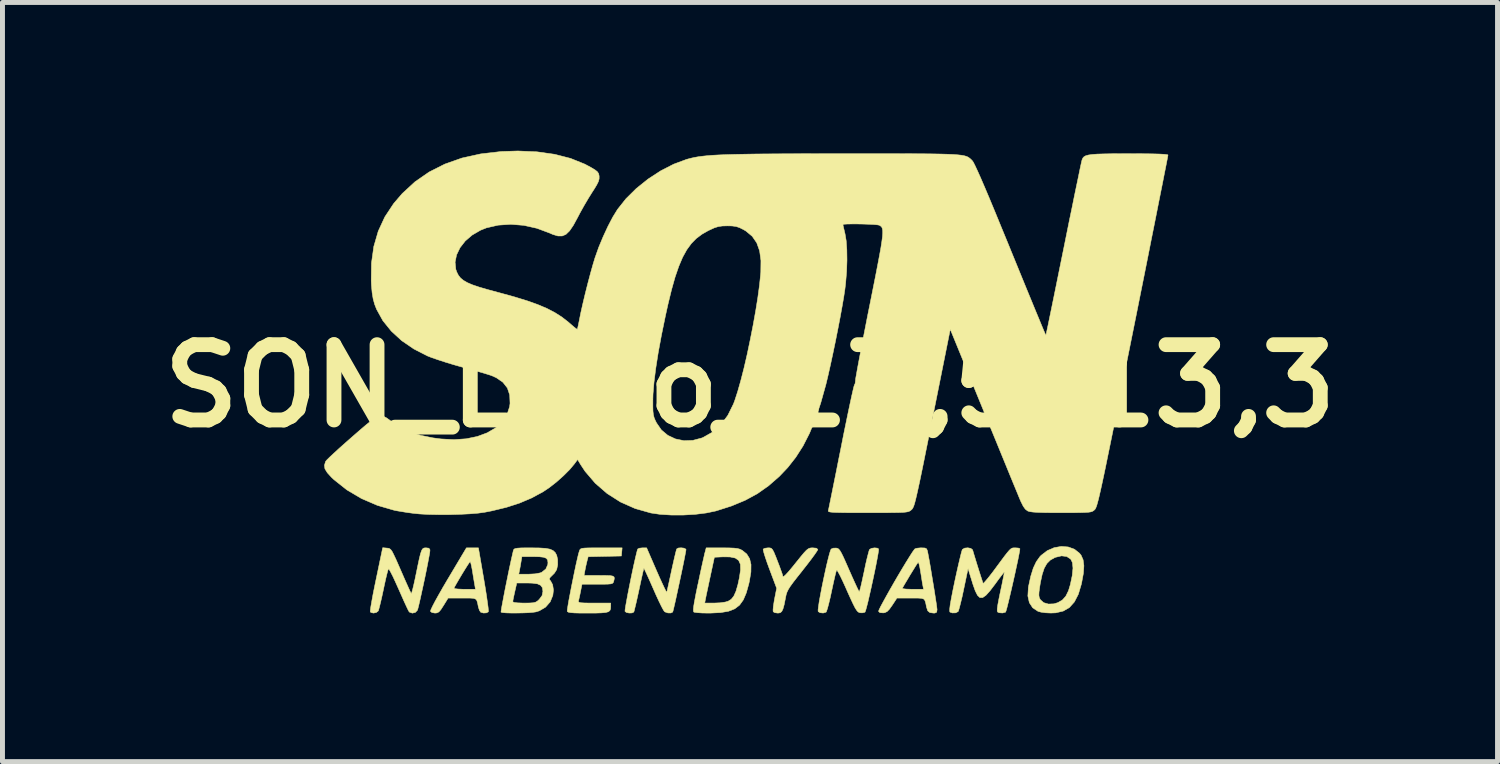
<source format=kicad_pcb>
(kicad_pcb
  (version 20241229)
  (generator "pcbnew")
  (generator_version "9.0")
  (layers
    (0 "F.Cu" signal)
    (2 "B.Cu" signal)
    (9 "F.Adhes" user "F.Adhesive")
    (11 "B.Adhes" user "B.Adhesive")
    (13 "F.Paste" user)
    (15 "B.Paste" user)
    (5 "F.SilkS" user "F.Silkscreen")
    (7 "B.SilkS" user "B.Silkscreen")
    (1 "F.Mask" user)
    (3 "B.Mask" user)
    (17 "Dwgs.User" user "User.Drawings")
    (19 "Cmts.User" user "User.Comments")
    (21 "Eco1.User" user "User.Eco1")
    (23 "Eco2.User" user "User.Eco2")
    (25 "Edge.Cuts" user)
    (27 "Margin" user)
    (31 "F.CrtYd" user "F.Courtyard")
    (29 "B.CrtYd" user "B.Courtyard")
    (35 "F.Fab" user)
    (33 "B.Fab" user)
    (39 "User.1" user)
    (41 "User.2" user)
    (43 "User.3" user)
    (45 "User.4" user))
  (footprint "SON_Logo_17,5_13,3"
    (layer "F.Cu")
    (at 12.127 4.759)
    (property "Reference" "SON_Logo_17,5_13,3" (at 0 0 0) (layer "F.SilkS") (effects (font (size 1.524 1.524) (thickness 0.3))))
    (attr through_hole)
    (fp_poly (pts (xy 6.439 3.259) (xy 6.565 3.305) (xy 6.668 3.387) (xy 6.699 3.426) (xy 6.74 3.519) (xy 6.756 3.639) (xy 6.746 3.791) (xy 6.711 3.982) (xy 6.703 4.017) (xy 6.643 4.217) (xy 6.563 4.372) (xy 6.463 4.484) (xy 6.338 4.556) (xy 6.185 4.592) (xy 6.086 4.596) (xy 5.982 4.591) (xy 5.888 4.578) (xy 5.827 4.561) (xy 5.72 4.49) (xy 5.652 4.386) (xy 5.622 4.25) (xy 5.623 4.237) (xy 5.845 4.237) (xy 5.853 4.283) (xy 5.872 4.322) (xy 5.875 4.326) (xy 5.942 4.386) (xy 6.038 4.414) (xy 6.149 4.41) (xy 6.23 4.385) (xy 6.321 4.332) (xy 6.39 4.255) (xy 6.444 4.145) (xy 6.481 4.023) (xy 6.52 3.838) (xy 6.535 3.688) (xy 6.524 3.576) (xy 6.491 3.507) (xy 6.409 3.452) (xy 6.304 3.439) (xy 6.182 3.468) (xy 6.163 3.476) (xy 6.076 3.525) (xy 6.008 3.593) (xy 5.954 3.687) (xy 5.912 3.813) (xy 5.876 3.979) (xy 5.862 4.068) (xy 5.848 4.17) (xy 5.845 4.237) (xy 5.623 4.237) (xy 5.632 4.082) (xy 5.636 4.056) (xy 5.681 3.85) (xy 5.732 3.686) (xy 5.793 3.557) (xy 5.866 3.455) (xy 5.892 3.428) (xy 6.016 3.333) (xy 6.155 3.273) (xy 6.299 3.248) (xy 6.439 3.259)) (stroke (width 0.01) (type solid)) (fill yes) (layer "F.SilkS"))
    (fp_poly (pts (xy 1.344 3.284) (xy 1.371 3.308) (xy 1.372 3.311) (xy 1.356 3.341) (xy 1.314 3.403) (xy 1.249 3.492) (xy 1.167 3.6) (xy 1.072 3.721) (xy 1.06 3.737) (xy 0.952 3.873) (xy 0.872 3.976) (xy 0.814 4.056) (xy 0.775 4.118) (xy 0.749 4.171) (xy 0.732 4.222) (xy 0.72 4.279) (xy 0.716 4.3) (xy 0.691 4.427) (xy 0.667 4.513) (xy 0.642 4.564) (xy 0.611 4.59) (xy 0.569 4.597) (xy 0.561 4.597) (xy 0.502 4.589) (xy 0.469 4.57) (xy 0.466 4.534) (xy 0.472 4.462) (xy 0.487 4.365) (xy 0.495 4.318) (xy 0.539 4.094) (xy 0.395 3.711) (xy 0.347 3.58) (xy 0.308 3.465) (xy 0.28 3.375) (xy 0.267 3.318) (xy 0.266 3.302) (xy 0.301 3.285) (xy 0.362 3.277) (xy 0.367 3.277) (xy 0.404 3.278) (xy 0.432 3.288) (xy 0.457 3.315) (xy 0.484 3.366) (xy 0.519 3.45) (xy 0.556 3.546) (xy 0.598 3.655) (xy 0.631 3.747) (xy 0.654 3.812) (xy 0.66 3.838) (xy 0.666 3.858) (xy 0.687 3.852) (xy 0.725 3.818) (xy 0.785 3.752) (xy 0.87 3.65) (xy 0.935 3.569) (xy 1.027 3.455) (xy 1.093 3.376) (xy 1.142 3.324) (xy 1.18 3.295) (xy 1.214 3.281) (xy 1.251 3.277) (xy 1.27 3.277) (xy 1.344 3.284)) (stroke (width 0.01) (type solid)) (fill yes) (layer "F.SilkS"))
    (fp_poly (pts (xy -5.387 3.91) (xy -5.358 4.084) (xy -5.333 4.242) (xy -5.314 4.377) (xy -5.3 4.481) (xy -5.294 4.548) (xy -5.295 4.571) (xy -5.333 4.592) (xy -5.393 4.596) (xy -5.448 4.58) (xy -5.451 4.578) (xy -5.475 4.542) (xy -5.496 4.479) (xy -5.498 4.47) (xy -5.513 4.394) (xy -5.528 4.343) (xy -5.553 4.313) (xy -5.598 4.298) (xy -5.671 4.293) (xy -5.783 4.293) (xy -5.825 4.293) (xy -6.109 4.293) (xy -6.203 4.445) (xy -6.256 4.527) (xy -6.296 4.573) (xy -6.335 4.593) (xy -6.375 4.597) (xy -6.436 4.586) (xy -6.467 4.561) (xy -6.458 4.53) (xy -6.426 4.461) (xy -6.373 4.359) (xy -6.302 4.231) (xy -6.223 4.093) (xy -5.99 4.093) (xy -5.971 4.103) (xy -5.911 4.11) (xy -5.823 4.114) (xy -5.777 4.115) (xy -5.556 4.115) (xy -5.572 4.02) (xy -5.585 3.945) (xy -5.602 3.843) (xy -5.618 3.74) (xy -5.635 3.651) (xy -5.65 3.586) (xy -5.663 3.557) (xy -5.664 3.556) (xy -5.681 3.576) (xy -5.717 3.63) (xy -5.766 3.708) (xy -5.822 3.799) (xy -5.878 3.893) (xy -5.929 3.98) (xy -5.968 4.049) (xy -5.99 4.091) (xy -5.99 4.093) (xy -6.223 4.093) (xy -6.216 4.08) (xy -6.118 3.913) (xy -6.11 3.9) (xy -5.739 3.277) (xy -5.496 3.277) (xy -5.387 3.91)) (stroke (width 0.01) (type solid)) (fill yes) (layer "F.SilkS"))
    (fp_poly (pts (xy -0.564 3.277) (xy -0.425 3.278) (xy -0.325 3.282) (xy -0.256 3.29) (xy -0.205 3.304) (xy -0.163 3.325) (xy -0.159 3.327) (xy -0.067 3.401) (xy -0.008 3.496) (xy 0.02 3.615) (xy 0.018 3.766) (xy -0.013 3.953) (xy -0.025 4.007) (xy -0.076 4.189) (xy -0.136 4.33) (xy -0.212 4.436) (xy -0.31 4.511) (xy -0.436 4.56) (xy -0.597 4.587) (xy -0.799 4.597) (xy -0.861 4.597) (xy -0.97 4.595) (xy -1.061 4.589) (xy -1.121 4.581) (xy -1.137 4.576) (xy -1.145 4.558) (xy -1.146 4.517) (xy -1.138 4.447) (xy -1.129 4.394) (xy -0.917 4.394) (xy -0.724 4.394) (xy -0.606 4.389) (xy -0.502 4.374) (xy -0.443 4.357) (xy -0.38 4.318) (xy -0.328 4.253) (xy -0.284 4.155) (xy -0.245 4.019) (xy -0.215 3.88) (xy -0.192 3.725) (xy -0.195 3.61) (xy -0.23 3.531) (xy -0.298 3.483) (xy -0.404 3.461) (xy -0.547 3.459) (xy -0.721 3.467) (xy -0.803 3.848) (xy -0.833 3.988) (xy -0.86 4.116) (xy -0.883 4.221) (xy -0.897 4.293) (xy -0.901 4.312) (xy -0.917 4.394) (xy -1.129 4.394) (xy -1.12 4.343) (xy -1.093 4.2) (xy -1.054 4.013) (xy -1.053 4.012) (xy -1.018 3.846) (xy -0.985 3.691) (xy -0.955 3.557) (xy -0.931 3.452) (xy -0.916 3.384) (xy -0.912 3.372) (xy -0.887 3.277) (xy -0.564 3.277)) (stroke (width 0.01) (type solid)) (fill yes) (layer "F.SilkS"))
    (fp_poly (pts (xy -2.603 3.442) (xy -2.939 3.449) (xy -3.275 3.456) (xy -3.3 3.55) (xy -3.322 3.644) (xy -3.341 3.739) (xy -3.341 3.74) (xy -3.358 3.835) (xy -3.051 3.835) (xy -2.918 3.836) (xy -2.828 3.839) (xy -2.775 3.849) (xy -2.75 3.868) (xy -2.746 3.899) (xy -2.756 3.945) (xy -2.759 3.956) (xy -2.768 3.98) (xy -2.785 3.996) (xy -2.818 4.006) (xy -2.877 4.011) (xy -2.97 4.013) (xy -3.087 4.013) (xy -3.4 4.013) (xy -3.429 4.159) (xy -3.447 4.247) (xy -3.463 4.319) (xy -3.471 4.35) (xy -3.472 4.368) (xy -3.458 4.38) (xy -3.423 4.388) (xy -3.357 4.392) (xy -3.254 4.394) (xy -3.151 4.394) (xy -2.819 4.394) (xy -2.819 4.465) (xy -2.822 4.512) (xy -2.836 4.546) (xy -2.866 4.57) (xy -2.921 4.585) (xy -3.007 4.593) (xy -3.13 4.597) (xy -3.282 4.597) (xy -3.439 4.597) (xy -3.552 4.594) (xy -3.628 4.588) (xy -3.673 4.58) (xy -3.695 4.567) (xy -3.699 4.561) (xy -3.697 4.528) (xy -3.686 4.455) (xy -3.668 4.348) (xy -3.643 4.217) (xy -3.615 4.071) (xy -3.584 3.918) (xy -3.553 3.766) (xy -3.523 3.624) (xy -3.495 3.5) (xy -3.472 3.403) (xy -3.454 3.342) (xy -3.452 3.334) (xy -3.442 3.313) (xy -3.427 3.298) (xy -3.398 3.287) (xy -3.347 3.281) (xy -3.269 3.278) (xy -3.154 3.277) (xy -3.009 3.277) (xy -2.588 3.277) (xy -2.603 3.442)) (stroke (width 0.01) (type solid)) (fill yes) (layer "F.SilkS"))
    (fp_poly (pts (xy -7.346 3.282) (xy -7.316 3.285) (xy -7.291 3.295) (xy -7.267 3.316) (xy -7.24 3.354) (xy -7.208 3.418) (xy -7.164 3.511) (xy -7.107 3.641) (xy -7.064 3.739) (xy -7.003 3.879) (xy -6.948 4.003) (xy -6.903 4.103) (xy -6.871 4.172) (xy -6.855 4.202) (xy -6.855 4.203) (xy -6.846 4.184) (xy -6.828 4.123) (xy -6.805 4.028) (xy -6.778 3.906) (xy -6.757 3.804) (xy -6.721 3.629) (xy -6.693 3.498) (xy -6.67 3.404) (xy -6.65 3.342) (xy -6.631 3.304) (xy -6.61 3.285) (xy -6.585 3.278) (xy -6.554 3.277) (xy -6.499 3.284) (xy -6.478 3.312) (xy -6.477 3.333) (xy -6.482 3.377) (xy -6.497 3.461) (xy -6.519 3.577) (xy -6.546 3.715) (xy -6.577 3.866) (xy -6.61 4.021) (xy -6.643 4.171) (xy -6.673 4.308) (xy -6.699 4.421) (xy -6.719 4.502) (xy -6.731 4.54) (xy -6.773 4.584) (xy -6.833 4.598) (xy -6.889 4.579) (xy -6.901 4.566) (xy -6.919 4.533) (xy -6.953 4.462) (xy -7 4.36) (xy -7.055 4.236) (xy -7.112 4.107) (xy -7.172 3.974) (xy -7.225 3.859) (xy -7.27 3.771) (xy -7.301 3.716) (xy -7.317 3.701) (xy -7.328 3.732) (xy -7.347 3.803) (xy -7.372 3.906) (xy -7.4 4.033) (xy -7.417 4.115) (xy -7.447 4.253) (xy -7.475 4.376) (xy -7.499 4.473) (xy -7.516 4.536) (xy -7.522 4.553) (xy -7.562 4.585) (xy -7.619 4.597) (xy -7.67 4.585) (xy -7.684 4.571) (xy -7.683 4.54) (xy -7.673 4.467) (xy -7.654 4.357) (xy -7.629 4.219) (xy -7.597 4.059) (xy -7.566 3.91) (xy -7.433 3.274) (xy -7.346 3.282)) (stroke (width 0.01) (type solid)) (fill yes) (layer "F.SilkS"))
    (fp_poly (pts (xy -1.337 3.283) (xy -1.3 3.302) (xy -1.295 3.313) (xy -1.301 3.349) (xy -1.315 3.425) (xy -1.336 3.533) (xy -1.363 3.665) (xy -1.394 3.812) (xy -1.427 3.967) (xy -1.46 4.12) (xy -1.491 4.264) (xy -1.519 4.39) (xy -1.542 4.489) (xy -1.558 4.554) (xy -1.565 4.576) (xy -1.602 4.595) (xy -1.661 4.594) (xy -1.719 4.574) (xy -1.731 4.566) (xy -1.754 4.533) (xy -1.792 4.462) (xy -1.842 4.36) (xy -1.9 4.235) (xy -1.956 4.108) (xy -2.015 3.974) (xy -2.067 3.858) (xy -2.109 3.767) (xy -2.137 3.708) (xy -2.148 3.689) (xy -2.155 3.715) (xy -2.171 3.782) (xy -2.194 3.883) (xy -2.221 4.009) (xy -2.246 4.125) (xy -2.277 4.267) (xy -2.305 4.391) (xy -2.329 4.49) (xy -2.345 4.555) (xy -2.352 4.576) (xy -2.388 4.594) (xy -2.446 4.596) (xy -2.502 4.584) (xy -2.53 4.562) (xy -2.528 4.53) (xy -2.517 4.456) (xy -2.498 4.35) (xy -2.474 4.219) (xy -2.445 4.073) (xy -2.414 3.918) (xy -2.382 3.764) (xy -2.351 3.62) (xy -2.322 3.492) (xy -2.298 3.391) (xy -2.281 3.324) (xy -2.272 3.3) (xy -2.239 3.284) (xy -2.179 3.277) (xy -2.175 3.277) (xy -2.092 3.277) (xy -1.892 3.738) (xy -1.831 3.877) (xy -1.776 3.997) (xy -1.732 4.091) (xy -1.701 4.153) (xy -1.685 4.177) (xy -1.685 4.176) (xy -1.677 4.145) (xy -1.661 4.072) (xy -1.638 3.968) (xy -1.61 3.84) (xy -1.588 3.737) (xy -1.557 3.598) (xy -1.529 3.475) (xy -1.506 3.379) (xy -1.49 3.317) (xy -1.484 3.299) (xy -1.45 3.28) (xy -1.394 3.276) (xy -1.337 3.283)) (stroke (width 0.01) (type solid)) (fill yes) (layer "F.SilkS"))
    (fp_poly (pts (xy 3.54 3.28) (xy 3.574 3.298) (xy 3.59 3.338) (xy 3.592 3.346) (xy 3.608 3.432) (xy 3.63 3.549) (xy 3.654 3.689) (xy 3.679 3.841) (xy 3.705 3.997) (xy 3.73 4.149) (xy 3.751 4.287) (xy 3.769 4.402) (xy 3.78 4.485) (xy 3.785 4.527) (xy 3.785 4.527) (xy 3.777 4.579) (xy 3.742 4.596) (xy 3.715 4.597) (xy 3.64 4.587) (xy 3.596 4.551) (xy 3.571 4.476) (xy 3.57 4.47) (xy 3.555 4.393) (xy 3.539 4.343) (xy 3.514 4.312) (xy 3.468 4.298) (xy 3.394 4.293) (xy 3.28 4.293) (xy 3.25 4.293) (xy 2.973 4.293) (xy 2.877 4.439) (xy 2.819 4.52) (xy 2.774 4.566) (xy 2.728 4.588) (xy 2.698 4.593) (xy 2.628 4.588) (xy 2.601 4.562) (xy 2.61 4.533) (xy 2.642 4.467) (xy 2.693 4.372) (xy 2.758 4.254) (xy 2.833 4.12) (xy 2.847 4.096) (xy 3.081 4.096) (xy 3.099 4.104) (xy 3.158 4.111) (xy 3.246 4.114) (xy 3.291 4.115) (xy 3.512 4.115) (xy 3.498 4.045) (xy 3.487 3.987) (xy 3.473 3.896) (xy 3.456 3.79) (xy 3.452 3.767) (xy 3.436 3.673) (xy 3.42 3.604) (xy 3.406 3.57) (xy 3.403 3.569) (xy 3.385 3.593) (xy 3.348 3.65) (xy 3.298 3.731) (xy 3.24 3.825) (xy 3.182 3.923) (xy 3.128 4.013) (xy 3.086 4.087) (xy 3.081 4.096) (xy 2.847 4.096) (xy 2.915 3.977) (xy 3 3.831) (xy 3.084 3.69) (xy 3.162 3.561) (xy 3.231 3.45) (xy 3.286 3.364) (xy 3.325 3.31) (xy 3.338 3.296) (xy 3.379 3.284) (xy 3.448 3.277) (xy 3.471 3.277) (xy 3.54 3.28)) (stroke (width 0.01) (type solid)) (fill yes) (layer "F.SilkS"))
    (fp_poly (pts (xy 2.577 3.283) (xy 2.601 3.298) (xy 2.601 3.33) (xy 2.59 3.402) (xy 2.571 3.508) (xy 2.546 3.638) (xy 2.516 3.784) (xy 2.483 3.939) (xy 2.449 4.094) (xy 2.416 4.24) (xy 2.386 4.37) (xy 2.359 4.475) (xy 2.339 4.547) (xy 2.326 4.578) (xy 2.326 4.579) (xy 2.281 4.591) (xy 2.237 4.591) (xy 2.21 4.586) (xy 2.184 4.571) (xy 2.158 4.541) (xy 2.126 4.491) (xy 2.087 4.414) (xy 2.036 4.305) (xy 1.97 4.159) (xy 1.93 4.068) (xy 1.874 3.946) (xy 1.825 3.844) (xy 1.785 3.77) (xy 1.76 3.73) (xy 1.753 3.727) (xy 1.742 3.757) (xy 1.723 3.829) (xy 1.699 3.932) (xy 1.671 4.059) (xy 1.651 4.153) (xy 1.621 4.291) (xy 1.592 4.411) (xy 1.567 4.504) (xy 1.547 4.563) (xy 1.539 4.578) (xy 1.481 4.596) (xy 1.417 4.589) (xy 1.379 4.566) (xy 1.377 4.533) (xy 1.386 4.459) (xy 1.402 4.352) (xy 1.426 4.222) (xy 1.454 4.075) (xy 1.486 3.92) (xy 1.519 3.766) (xy 1.551 3.622) (xy 1.582 3.494) (xy 1.609 3.392) (xy 1.63 3.325) (xy 1.642 3.301) (xy 1.686 3.283) (xy 1.743 3.281) (xy 1.77 3.287) (xy 1.794 3.301) (xy 1.819 3.331) (xy 1.849 3.382) (xy 1.888 3.461) (xy 1.939 3.574) (xy 2.006 3.727) (xy 2.067 3.865) (xy 2.121 3.984) (xy 2.165 4.079) (xy 2.196 4.142) (xy 2.211 4.166) (xy 2.211 4.166) (xy 2.22 4.142) (xy 2.238 4.077) (xy 2.261 3.978) (xy 2.288 3.854) (xy 2.31 3.753) (xy 2.339 3.613) (xy 2.368 3.489) (xy 2.393 3.391) (xy 2.411 3.327) (xy 2.42 3.308) (xy 2.46 3.286) (xy 2.521 3.277) (xy 2.577 3.283)) (stroke (width 0.01) (type solid)) (fill yes) (layer "F.SilkS"))
    (fp_poly (pts (xy 4.468 3.288) (xy 4.504 3.317) (xy 4.505 3.321) (xy 4.53 3.406) (xy 4.562 3.511) (xy 4.598 3.628) (xy 4.634 3.743) (xy 4.668 3.849) (xy 4.695 3.932) (xy 4.712 3.984) (xy 4.717 3.995) (xy 4.735 3.983) (xy 4.777 3.935) (xy 4.839 3.86) (xy 4.915 3.762) (xy 4.968 3.69) (xy 5.071 3.551) (xy 5.148 3.447) (xy 5.206 3.373) (xy 5.248 3.324) (xy 5.28 3.295) (xy 5.307 3.281) (xy 5.335 3.277) (xy 5.367 3.277) (xy 5.372 3.277) (xy 5.431 3.281) (xy 5.46 3.293) (xy 5.461 3.296) (xy 5.456 3.337) (xy 5.441 3.418) (xy 5.419 3.529) (xy 5.39 3.663) (xy 5.358 3.812) (xy 5.323 3.967) (xy 5.288 4.12) (xy 5.254 4.264) (xy 5.224 4.39) (xy 5.199 4.489) (xy 5.18 4.555) (xy 5.171 4.578) (xy 5.112 4.595) (xy 5.042 4.59) (xy 5.012 4.577) (xy 5.002 4.556) (xy 5.003 4.507) (xy 5.015 4.423) (xy 5.038 4.301) (xy 5.066 4.165) (xy 5.095 4.031) (xy 5.118 3.916) (xy 5.136 3.828) (xy 5.145 3.776) (xy 5.146 3.766) (xy 5.13 3.783) (xy 5.09 3.834) (xy 5.032 3.91) (xy 4.963 4.005) (xy 4.958 4.012) (xy 4.855 4.147) (xy 4.773 4.238) (xy 4.707 4.284) (xy 4.652 4.284) (xy 4.603 4.238) (xy 4.557 4.146) (xy 4.508 4.007) (xy 4.497 3.97) (xy 4.412 3.696) (xy 4.324 4.115) (xy 4.294 4.256) (xy 4.264 4.381) (xy 4.239 4.48) (xy 4.22 4.545) (xy 4.211 4.566) (xy 4.162 4.592) (xy 4.095 4.594) (xy 4.046 4.577) (xy 4.039 4.557) (xy 4.041 4.508) (xy 4.051 4.426) (xy 4.072 4.307) (xy 4.103 4.147) (xy 4.144 3.949) (xy 4.181 3.779) (xy 4.216 3.624) (xy 4.247 3.493) (xy 4.272 3.391) (xy 4.29 3.327) (xy 4.298 3.308) (xy 4.344 3.282) (xy 4.408 3.276) (xy 4.468 3.288)) (stroke (width 0.01) (type solid)) (fill yes) (layer "F.SilkS"))
    (fp_poly (pts (xy -4.261 3.279) (xy -4.136 3.287) (xy -4.047 3.304) (xy -3.985 3.332) (xy -3.942 3.372) (xy -3.912 3.428) (xy -3.912 3.428) (xy -3.893 3.512) (xy -3.892 3.614) (xy -3.893 3.625) (xy -3.913 3.718) (xy -3.958 3.789) (xy -3.992 3.823) (xy -4.043 3.873) (xy -4.061 3.904) (xy -4.049 3.931) (xy -4.035 3.946) (xy -3.994 4.023) (xy -3.978 4.129) (xy -3.99 4.238) (xy -4.044 4.37) (xy -4.138 4.477) (xy -4.263 4.551) (xy -4.333 4.573) (xy -4.397 4.582) (xy -4.491 4.59) (xy -4.603 4.594) (xy -4.721 4.596) (xy -4.836 4.596) (xy -4.934 4.593) (xy -5.005 4.587) (xy -5.038 4.578) (xy -5.039 4.577) (xy -5.036 4.55) (xy -5.025 4.48) (xy -5.006 4.378) (xy -5.004 4.367) (xy -4.801 4.367) (xy -4.776 4.381) (xy -4.706 4.39) (xy -4.596 4.394) (xy -4.57 4.394) (xy -4.46 4.393) (xy -4.387 4.388) (xy -4.339 4.376) (xy -4.302 4.354) (xy -4.265 4.32) (xy -4.208 4.243) (xy -4.191 4.159) (xy -4.191 4.156) (xy -4.201 4.084) (xy -4.236 4.035) (xy -4.302 4.005) (xy -4.407 3.991) (xy -4.512 3.988) (xy -4.72 3.988) (xy -4.76 4.164) (xy -4.78 4.255) (xy -4.795 4.328) (xy -4.801 4.367) (xy -4.801 4.367) (xy -5.004 4.367) (xy -4.982 4.25) (xy -4.954 4.105) (xy -4.923 3.952) (xy -4.894 3.81) (xy -4.68 3.81) (xy -4.485 3.81) (xy -4.349 3.803) (xy -4.248 3.784) (xy -4.216 3.772) (xy -4.132 3.705) (xy -4.092 3.615) (xy -4.089 3.575) (xy -4.096 3.523) (xy -4.122 3.488) (xy -4.176 3.467) (xy -4.264 3.457) (xy -4.383 3.454) (xy -4.616 3.454) (xy -4.632 3.55) (xy -4.647 3.64) (xy -4.663 3.725) (xy -4.663 3.727) (xy -4.68 3.81) (xy -4.894 3.81) (xy -4.892 3.798) (xy -4.861 3.652) (xy -4.833 3.522) (xy -4.809 3.417) (xy -4.792 3.343) (xy -4.786 3.321) (xy -4.775 3.303) (xy -4.751 3.291) (xy -4.705 3.283) (xy -4.63 3.278) (xy -4.516 3.277) (xy -4.429 3.277) (xy -4.261 3.279)) (stroke (width 0.01) (type solid)) (fill yes) (layer "F.SilkS"))
    (fp_poly (pts (xy -4.311 -4.737) (xy -3.955 -4.687) (xy -3.632 -4.604) (xy -3.344 -4.488) (xy -3.226 -4.425) (xy -3.14 -4.374) (xy -3.09 -4.335) (xy -3.064 -4.297) (xy -3.054 -4.251) (xy -3.053 -4.238) (xy -3.054 -4.188) (xy -3.069 -4.134) (xy -3.103 -4.066) (xy -3.16 -3.972) (xy -3.196 -3.917) (xy -3.272 -3.795) (xy -3.358 -3.649) (xy -3.441 -3.5) (xy -3.49 -3.406) (xy -3.575 -3.25) (xy -3.651 -3.138) (xy -3.724 -3.067) (xy -3.8 -3.034) (xy -3.887 -3.034) (xy -3.99 -3.065) (xy -4.059 -3.095) (xy -4.314 -3.19) (xy -4.578 -3.249) (xy -4.842 -3.27) (xy -5.096 -3.253) (xy -5.332 -3.199) (xy -5.453 -3.151) (xy -5.622 -3.053) (xy -5.762 -2.933) (xy -5.868 -2.797) (xy -5.938 -2.652) (xy -5.968 -2.505) (xy -5.954 -2.361) (xy -5.934 -2.304) (xy -5.902 -2.24) (xy -5.859 -2.185) (xy -5.802 -2.137) (xy -5.723 -2.091) (xy -5.618 -2.046) (xy -5.48 -1.999) (xy -5.304 -1.948) (xy -5.084 -1.888) (xy -5.067 -1.884) (xy -4.769 -1.802) (xy -4.515 -1.724) (xy -4.298 -1.647) (xy -4.113 -1.569) (xy -3.953 -1.486) (xy -3.811 -1.396) (xy -3.682 -1.296) (xy -3.637 -1.257) (xy -3.57 -1.199) (xy -3.52 -1.159) (xy -3.496 -1.146) (xy -3.495 -1.146) (xy -3.487 -1.174) (xy -3.473 -1.238) (xy -3.456 -1.321) (xy -3.425 -1.477) (xy -3.383 -1.664) (xy -3.334 -1.869) (xy -3.281 -2.079) (xy -3.228 -2.279) (xy -3.178 -2.457) (xy -3.135 -2.599) (xy -3.133 -2.603) (xy -3.06 -2.809) (xy -2.971 -3.022) (xy -2.875 -3.229) (xy -2.778 -3.415) (xy -2.685 -3.566) (xy -2.684 -3.568) (xy -2.512 -3.786) (xy -2.302 -3.994) (xy -2.064 -4.185) (xy -1.808 -4.352) (xy -1.545 -4.487) (xy -1.284 -4.584) (xy -1.189 -4.609) (xy -1.121 -4.624) (xy -1.047 -4.637) (xy -0.964 -4.648) (xy -0.869 -4.658) (xy -0.759 -4.667) (xy -0.63 -4.674) (xy -0.479 -4.68) (xy -0.303 -4.685) (xy -0.099 -4.689) (xy 0.136 -4.693) (xy 0.407 -4.695) (xy 0.715 -4.697) (xy 1.064 -4.698) (xy 1.458 -4.699) (xy 1.899 -4.699) (xy 1.899 -4.699) (xy 2.307 -4.699) (xy 2.666 -4.699) (xy 2.981 -4.699) (xy 3.254 -4.698) (xy 3.49 -4.697) (xy 3.69 -4.695) (xy 3.859 -4.692) (xy 3.998 -4.688) (xy 4.112 -4.683) (xy 4.204 -4.676) (xy 4.276 -4.668) (xy 4.332 -4.658) (xy 4.375 -4.646) (xy 4.408 -4.632) (xy 4.434 -4.615) (xy 4.457 -4.597) (xy 4.48 -4.575) (xy 4.497 -4.558) (xy 4.519 -4.526) (xy 4.553 -4.459) (xy 4.602 -4.354) (xy 4.666 -4.211) (xy 4.745 -4.028) (xy 4.84 -3.804) (xy 4.951 -3.537) (xy 5.079 -3.225) (xy 5.226 -2.868) (xy 5.271 -2.757) (xy 5.386 -2.476) (xy 5.495 -2.209) (xy 5.597 -1.96) (xy 5.691 -1.732) (xy 5.774 -1.53) (xy 5.846 -1.357) (xy 5.904 -1.216) (xy 5.948 -1.111) (xy 5.976 -1.047) (xy 5.987 -1.025) (xy 5.993 -1.051) (xy 6.008 -1.122) (xy 6.032 -1.235) (xy 6.063 -1.386) (xy 6.101 -1.57) (xy 6.145 -1.785) (xy 6.194 -2.025) (xy 6.247 -2.287) (xy 6.304 -2.567) (xy 6.348 -2.783) (xy 6.407 -3.075) (xy 6.463 -3.353) (xy 6.517 -3.612) (xy 6.565 -3.85) (xy 6.609 -4.061) (xy 6.647 -4.242) (xy 6.677 -4.389) (xy 6.7 -4.496) (xy 6.715 -4.561) (xy 6.72 -4.579) (xy 6.735 -4.611) (xy 6.758 -4.637) (xy 6.793 -4.657) (xy 6.846 -4.672) (xy 6.922 -4.683) (xy 7.025 -4.691) (xy 7.162 -4.695) (xy 7.336 -4.698) (xy 7.555 -4.699) (xy 7.67 -4.699) (xy 7.925 -4.698) (xy 8.13 -4.696) (xy 8.286 -4.692) (xy 8.391 -4.686) (xy 8.448 -4.678) (xy 8.458 -4.673) (xy 8.453 -4.645) (xy 8.439 -4.57) (xy 8.416 -4.452) (xy 8.384 -4.292) (xy 8.345 -4.093) (xy 8.298 -3.859) (xy 8.245 -3.592) (xy 8.186 -3.294) (xy 8.121 -2.97) (xy 8.052 -2.621) (xy 7.978 -2.25) (xy 7.9 -1.861) (xy 7.819 -1.456) (xy 7.747 -1.098) (xy 7.648 -0.606) (xy 7.559 -0.161) (xy 7.479 0.238) (xy 7.407 0.595) (xy 7.343 0.912) (xy 7.286 1.191) (xy 7.236 1.435) (xy 7.193 1.646) (xy 7.155 1.827) (xy 7.122 1.98) (xy 7.094 2.107) (xy 7.07 2.212) (xy 7.05 2.296) (xy 7.032 2.362) (xy 7.018 2.412) (xy 7.005 2.449) (xy 6.994 2.475) (xy 6.984 2.493) (xy 6.975 2.504) (xy 6.971 2.508) (xy 6.949 2.526) (xy 6.925 2.54) (xy 6.891 2.55) (xy 6.842 2.557) (xy 6.77 2.561) (xy 6.67 2.564) (xy 6.534 2.565) (xy 6.355 2.565) (xy 6.297 2.565) (xy 6.093 2.565) (xy 5.935 2.563) (xy 5.815 2.559) (xy 5.728 2.553) (xy 5.667 2.545) (xy 5.627 2.534) (xy 5.615 2.528) (xy 5.571 2.494) (xy 5.528 2.434) (xy 5.48 2.338) (xy 5.455 2.28) (xy 5.431 2.221) (xy 5.389 2.119) (xy 5.331 1.979) (xy 5.26 1.806) (xy 5.177 1.603) (xy 5.084 1.376) (xy 4.983 1.129) (xy 4.875 0.866) (xy 4.763 0.593) (xy 4.71 0.462) (xy 4.052 -1.146) (xy 3.692 0.652) (xy 3.624 0.995) (xy 3.564 1.291) (xy 3.513 1.545) (xy 3.469 1.76) (xy 3.432 1.938) (xy 3.4 2.085) (xy 3.374 2.202) (xy 3.352 2.294) (xy 3.334 2.364) (xy 3.318 2.416) (xy 3.304 2.452) (xy 3.29 2.478) (xy 3.278 2.495) (xy 3.265 2.507) (xy 3.246 2.523) (xy 3.224 2.536) (xy 3.196 2.546) (xy 3.155 2.553) (xy 3.096 2.559) (xy 3.012 2.562) (xy 2.899 2.564) (xy 2.751 2.565) (xy 2.562 2.565) (xy 2.384 2.565) (xy 2.16 2.565) (xy 1.981 2.565) (xy 1.842 2.563) (xy 1.74 2.561) (xy 1.668 2.557) (xy 1.621 2.552) (xy 1.595 2.545) (xy 1.584 2.535) (xy 1.584 2.523) (xy 1.584 2.521) (xy 1.592 2.488) (xy 1.608 2.41) (xy 1.632 2.292) (xy 1.663 2.139) (xy 1.7 1.956) (xy 1.742 1.748) (xy 1.787 1.52) (xy 1.836 1.277) (xy 1.845 1.232) (xy 1.893 0.988) (xy 1.94 0.759) (xy 1.983 0.551) (xy 2.022 0.367) (xy 2.055 0.214) (xy 2.082 0.095) (xy 2.101 0.016) (xy 2.112 -0.02) (xy 2.113 -0.021) (xy 2.127 -0.05) (xy 2.134 -0.107) (xy 2.134 -0.111) (xy 2.138 -0.15) (xy 2.153 -0.234) (xy 2.175 -0.359) (xy 2.205 -0.519) (xy 2.241 -0.711) (xy 2.283 -0.928) (xy 2.33 -1.168) (xy 2.38 -1.424) (xy 2.423 -1.637) (xy 2.486 -1.953) (xy 2.54 -2.224) (xy 2.584 -2.452) (xy 2.62 -2.641) (xy 2.648 -2.797) (xy 2.667 -2.921) (xy 2.68 -3.018) (xy 2.685 -3.092) (xy 2.684 -3.147) (xy 2.677 -3.186) (xy 2.665 -3.213) (xy 2.648 -3.231) (xy 2.625 -3.246) (xy 2.615 -3.252) (xy 2.579 -3.259) (xy 2.505 -3.266) (xy 2.406 -3.271) (xy 2.292 -3.275) (xy 2.174 -3.277) (xy 2.063 -3.277) (xy 1.97 -3.276) (xy 1.905 -3.272) (xy 1.88 -3.266) (xy 1.88 -3.265) (xy 1.885 -3.237) (xy 1.9 -3.173) (xy 1.92 -3.087) (xy 1.922 -3.081) (xy 1.946 -2.937) (xy 1.959 -2.753) (xy 1.962 -2.543) (xy 1.954 -2.316) (xy 1.935 -2.084) (xy 1.92 -1.956) (xy 1.897 -1.803) (xy 1.864 -1.611) (xy 1.824 -1.391) (xy 1.778 -1.152) (xy 1.729 -0.905) (xy 1.678 -0.661) (xy 1.628 -0.429) (xy 1.581 -0.22) (xy 1.539 -0.044) (xy 1.535 -0.028) (xy 1.431 0.344) (xy 1.322 0.671) (xy 1.203 0.96) (xy 1.073 1.215) (xy 0.927 1.443) (xy 0.764 1.651) (xy 0.593 1.831) (xy 0.375 2.021) (xy 0.148 2.181) (xy -0.099 2.315) (xy -0.376 2.43) (xy -0.693 2.531) (xy -0.694 2.531) (xy -0.885 2.571) (xy -1.109 2.599) (xy -1.35 2.613) (xy -1.592 2.613) (xy -1.819 2.599) (xy -2.008 2.571) (xy -2.325 2.481) (xy -2.622 2.349) (xy -2.892 2.177) (xy -3.132 1.969) (xy -3.337 1.729) (xy -3.429 1.59) (xy -3.489 1.49) (xy -3.553 1.577) (xy -3.649 1.692) (xy -3.776 1.819) (xy -3.919 1.946) (xy -4.065 2.06) (xy -4.191 2.144) (xy -4.423 2.269) (xy -4.666 2.372) (xy -4.93 2.457) (xy -5.227 2.529) (xy -5.366 2.556) (xy -5.502 2.575) (xy -5.676 2.589) (xy -5.876 2.599) (xy -6.089 2.605) (xy -6.304 2.605) (xy -6.507 2.601) (xy -6.687 2.591) (xy -6.807 2.579) (xy -6.935 2.562) (xy -7.058 2.542) (xy -7.16 2.525) (xy -7.201 2.516) (xy -7.542 2.417) (xy -7.864 2.278) (xy -8.158 2.104) (xy -8.419 1.897) (xy -8.465 1.854) (xy -8.553 1.758) (xy -8.602 1.678) (xy -8.612 1.606) (xy -8.589 1.531) (xy -8.585 1.524) (xy -8.56 1.495) (xy -8.501 1.437) (xy -8.415 1.357) (xy -8.307 1.258) (xy -8.181 1.146) (xy -8.064 1.043) (xy -7.901 0.901) (xy -7.77 0.789) (xy -7.667 0.707) (xy -7.585 0.651) (xy -7.518 0.619) (xy -7.462 0.609) (xy -7.41 0.619) (xy -7.357 0.646) (xy -7.298 0.688) (xy -7.263 0.714) (xy -7.081 0.835) (xy -6.887 0.929) (xy -6.67 0.999) (xy -6.42 1.051) (xy -6.255 1.073) (xy -5.99 1.087) (xy -5.743 1.07) (xy -5.517 1.023) (xy -5.318 0.949) (xy -5.149 0.85) (xy -5.015 0.727) (xy -4.918 0.583) (xy -4.865 0.42) (xy -4.864 0.414) (xy -1.966 0.414) (xy -1.964 0.509) (xy -1.956 0.58) (xy -1.942 0.638) (xy -1.919 0.695) (xy -1.892 0.749) (xy -1.794 0.891) (xy -1.664 1) (xy -1.509 1.073) (xy -1.338 1.108) (xy -1.157 1.102) (xy -0.976 1.054) (xy -0.946 1.041) (xy -0.752 0.931) (xy -0.588 0.784) (xy -0.45 0.597) (xy -0.336 0.367) (xy -0.308 0.293) (xy -0.249 0.111) (xy -0.186 -0.111) (xy -0.121 -0.365) (xy -0.057 -0.642) (xy 0.004 -0.933) (xy 0.062 -1.227) (xy 0.114 -1.516) (xy 0.158 -1.79) (xy 0.192 -2.04) (xy 0.214 -2.257) (xy 0.218 -2.301) (xy 0.221 -2.536) (xy 0.194 -2.733) (xy 0.136 -2.895) (xy 0.044 -3.028) (xy -0.082 -3.133) (xy -0.127 -3.16) (xy -0.21 -3.202) (xy -0.282 -3.226) (xy -0.364 -3.237) (xy -0.459 -3.239) (xy -0.562 -3.236) (xy -0.643 -3.224) (xy -0.722 -3.199) (xy -0.82 -3.154) (xy -0.844 -3.143) (xy -0.972 -3.07) (xy -1.087 -2.984) (xy -1.188 -2.881) (xy -1.28 -2.755) (xy -1.364 -2.603) (xy -1.441 -2.421) (xy -1.516 -2.204) (xy -1.588 -1.948) (xy -1.661 -1.649) (xy -1.712 -1.418) (xy -1.792 -1.029) (xy -1.858 -0.672) (xy -1.908 -0.353) (xy -1.943 -0.073) (xy -1.963 0.164) (xy -1.966 0.279) (xy -1.966 0.414) (xy -4.864 0.414) (xy -4.856 0.353) (xy -4.863 0.183) (xy -4.91 0.042) (xy -5 -0.073) (xy -5.134 -0.166) (xy -5.237 -0.211) (xy -5.296 -0.23) (xy -5.394 -0.26) (xy -5.522 -0.297) (xy -5.669 -0.338) (xy -5.826 -0.381) (xy -5.993 -0.428) (xy -6.16 -0.479) (xy -6.314 -0.529) (xy -6.444 -0.574) (xy -6.524 -0.605) (xy -6.802 -0.747) (xy -7.049 -0.916) (xy -7.259 -1.109) (xy -7.43 -1.321) (xy -7.556 -1.549) (xy -7.596 -1.651) (xy -7.626 -1.76) (xy -7.647 -1.886) (xy -7.661 -2.042) (xy -7.665 -2.125) (xy -7.66 -2.486) (xy -7.613 -2.821) (xy -7.523 -3.131) (xy -7.39 -3.419) (xy -7.212 -3.689) (xy -7.039 -3.891) (xy -6.781 -4.129) (xy -6.494 -4.328) (xy -6.177 -4.488) (xy -5.829 -4.611) (xy -5.449 -4.695) (xy -5.035 -4.743) (xy -4.697 -4.754) (xy -4.311 -4.737)) (stroke (width 0.01) (type solid)) (fill yes) (layer "F.SilkS")))
  (gr_rect
    (start -3 -3)
    (end 27.253 12.362)
    (stroke (width 0.1) (type default))
    (fill no)
    (layer "Edge.Cuts")))
</source>
